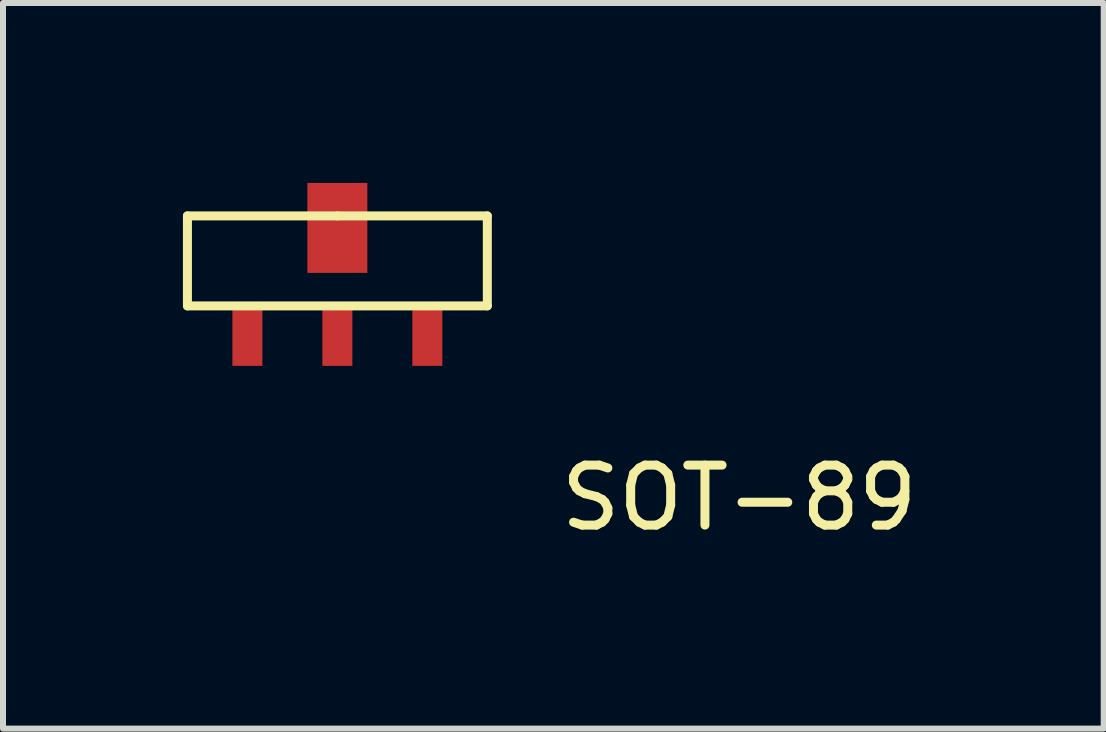
<source format=kicad_pcb>
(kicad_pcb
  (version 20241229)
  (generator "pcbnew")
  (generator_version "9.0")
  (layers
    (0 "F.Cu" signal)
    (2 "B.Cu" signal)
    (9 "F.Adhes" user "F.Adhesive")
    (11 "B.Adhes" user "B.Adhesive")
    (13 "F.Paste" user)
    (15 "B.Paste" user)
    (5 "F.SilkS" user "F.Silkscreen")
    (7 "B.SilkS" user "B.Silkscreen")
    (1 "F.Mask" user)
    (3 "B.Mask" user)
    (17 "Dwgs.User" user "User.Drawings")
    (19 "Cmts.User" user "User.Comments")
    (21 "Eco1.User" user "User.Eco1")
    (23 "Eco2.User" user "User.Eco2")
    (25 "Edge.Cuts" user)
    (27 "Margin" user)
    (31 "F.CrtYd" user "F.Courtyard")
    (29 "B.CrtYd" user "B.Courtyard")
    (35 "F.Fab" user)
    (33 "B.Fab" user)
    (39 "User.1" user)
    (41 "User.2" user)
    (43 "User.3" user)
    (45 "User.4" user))
  (footprint "SOT-89"
    (layer "F.Cu")
    (at 2.575 2.05)
    (property "Reference" "SOT-89" (at 6.7 3.2 0) (layer "F.SilkS") (effects (font (size 1 1) (thickness 0.15))))
    (attr through_hole)
    (fp_line (start -2.5 -1.5) (end 0 -1.5) (stroke (width 0.15) (type solid)) (layer "F.SilkS"))
    (fp_line (start -2.5 0) (end -2.5 -1.5) (stroke (width 0.15) (type solid)) (layer "F.SilkS"))
    (fp_line (start 0 -1.5) (end 2.5 -1.5) (stroke (width 0.15) (type solid)) (layer "F.SilkS"))
    (fp_line (start 2.5 -1.5) (end 2.5 0) (stroke (width 0.15) (type solid)) (layer "F.SilkS"))
    (fp_line (start 2.5 0) (end -2.5 0) (stroke (width 0.15) (type solid)) (layer "F.SilkS"))
    (pad "1" smd rect (at -1.5 0.5) (size 0.5 1) (layers "F.Cu" "F.Mask" "F.Paste"))
    (pad "2" smd rect (at 0 -1.3) (size 1 1.5) (layers "F.Cu" "F.Mask" "F.Paste"))
    (pad "2" smd rect (at 0 0.5) (size 0.5 1) (layers "F.Cu" "F.Mask" "F.Paste"))
    (pad "3" smd rect (at 1.5 0.5) (size 0.5 1) (layers "F.Cu" "F.Mask" "F.Paste")))
  (gr_rect
    (start -3 -3)
    (end 15.352 9.098)
    (stroke (width 0.1) (type default))
    (fill no)
    (layer "Edge.Cuts")))
</source>
